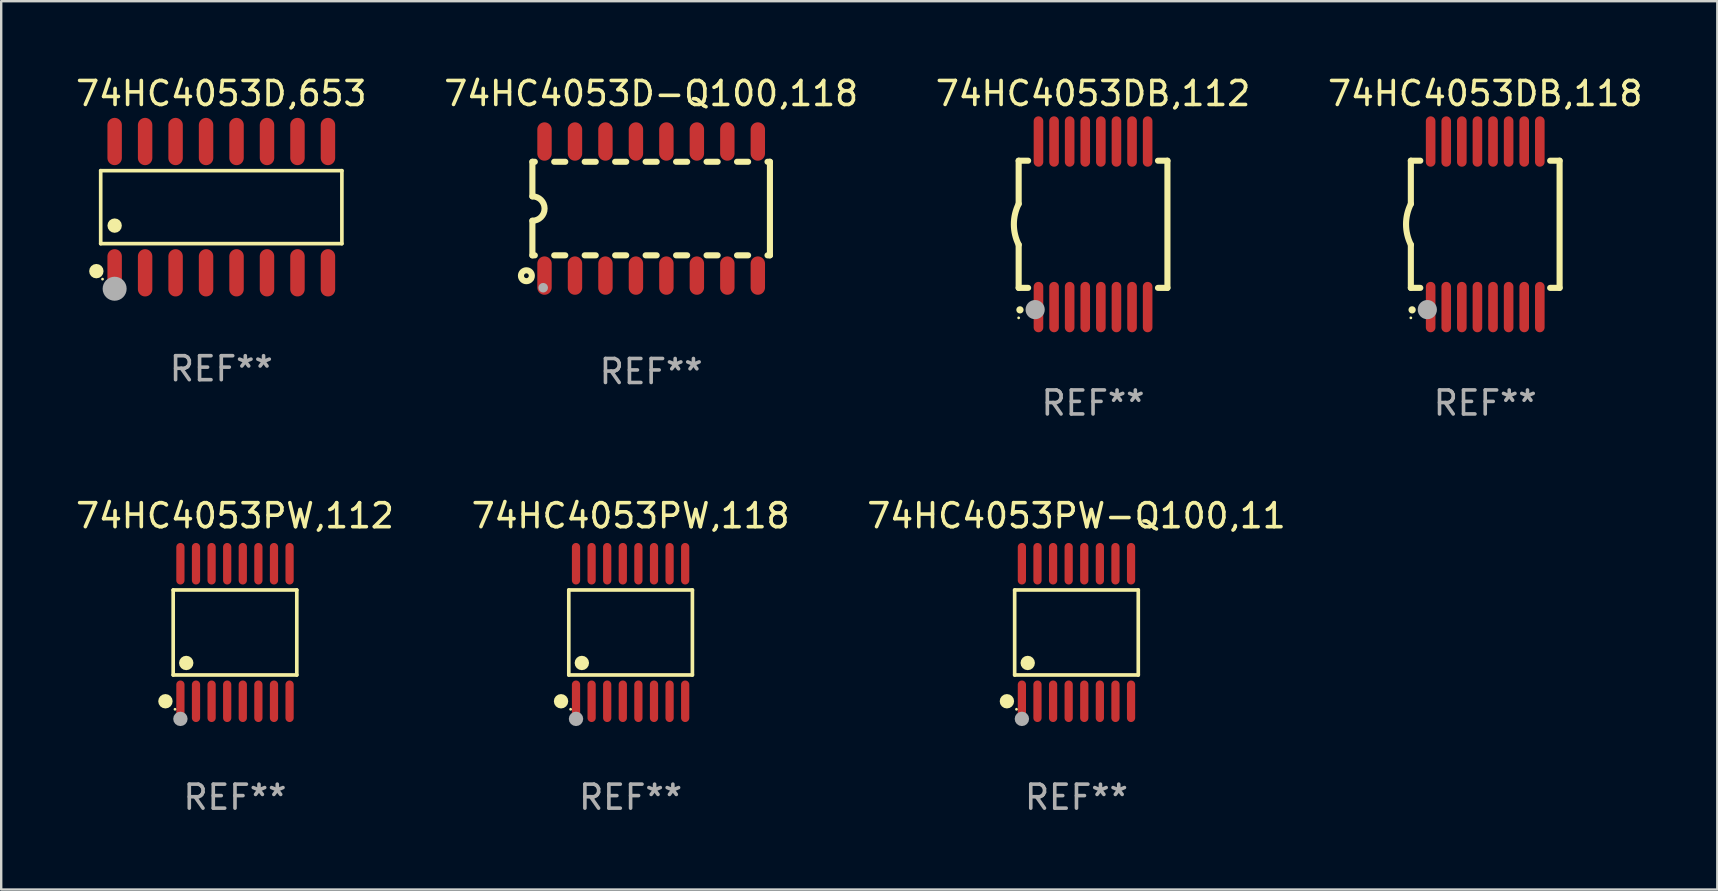
<source format=kicad_pcb>
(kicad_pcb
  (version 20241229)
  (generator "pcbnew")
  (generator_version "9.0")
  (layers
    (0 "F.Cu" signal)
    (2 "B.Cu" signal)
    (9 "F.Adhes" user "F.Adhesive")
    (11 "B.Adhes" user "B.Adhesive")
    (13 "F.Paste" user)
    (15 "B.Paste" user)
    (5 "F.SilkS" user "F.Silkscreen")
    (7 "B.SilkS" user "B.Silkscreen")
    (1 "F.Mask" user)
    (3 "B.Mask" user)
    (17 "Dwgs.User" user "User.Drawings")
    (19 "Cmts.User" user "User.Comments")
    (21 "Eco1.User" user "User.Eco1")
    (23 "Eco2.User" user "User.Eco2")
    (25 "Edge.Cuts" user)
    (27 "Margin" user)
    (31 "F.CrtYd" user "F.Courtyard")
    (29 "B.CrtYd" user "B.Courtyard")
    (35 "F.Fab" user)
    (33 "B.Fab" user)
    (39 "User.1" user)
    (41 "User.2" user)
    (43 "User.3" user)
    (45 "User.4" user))
  (footprint "74HC4053PW-Q100,11"
    (layer "F.Cu")
    (at 41.815 23.311)
    (property "Reference" "74HC4053PW-Q100,11" (at 0 -4.866 0) (layer "F.SilkS") (effects (font (size 1 1) (thickness 0.15))))
    (attr through_hole)
    (fp_line (start -2.576 -1.772) (end 2.576 -1.772) (stroke (width 0.152) (type solid)) (layer "F.SilkS"))
    (fp_line (start -2.576 1.771) (end -2.576 -1.772) (stroke (width 0.152) (type solid)) (layer "F.SilkS"))
    (fp_line (start 2.576 -1.772) (end 2.576 1.771) (stroke (width 0.152) (type solid)) (layer "F.SilkS"))
    (fp_line (start 2.576 1.771) (end -2.576 1.771) (stroke (width 0.152) (type solid)) (layer "F.SilkS"))
    (fp_circle (center -2.899 2.866) (end -2.749 2.866) (stroke (width 0.3) (type solid)) (fill no) (layer "F.SilkS"))
    (fp_circle (center -2.5 3.2) (end -2.47 3.2) (stroke (width 0.06) (type solid)) (fill no) (layer "F.SilkS"))
    (fp_circle (center -2.032 1.27) (end -1.882 1.27) (stroke (width 0.3) (type solid)) (fill no) (layer "F.SilkS"))
    (fp_circle (center -2.275 3.6) (end -2.125 3.6) (stroke (width 0.3) (type solid)) (fill no) (layer "F.Fab"))
    (fp_text user "REF**" (at 0 6.866 0) (layer "F.Fab") (effects (font (size 1 1) (thickness 0.15))))
    (pad "1" smd oval (at -2.275 2.866) (size 0.343 1.731) (layers "F.Cu" "F.Mask" "F.Paste"))
    (pad "2" smd oval (at -1.625 2.866) (size 0.343 1.731) (layers "F.Cu" "F.Mask" "F.Paste"))
    (pad "3" smd oval (at -0.975 2.866) (size 0.343 1.731) (layers "F.Cu" "F.Mask" "F.Paste"))
    (pad "4" smd oval (at -0.325 2.866) (size 0.343 1.731) (layers "F.Cu" "F.Mask" "F.Paste"))
    (pad "5" smd oval (at 0.325 2.866) (size 0.343 1.731) (layers "F.Cu" "F.Mask" "F.Paste"))
    (pad "6" smd oval (at 0.975 2.866) (size 0.343 1.731) (layers "F.Cu" "F.Mask" "F.Paste"))
    (pad "7" smd oval (at 1.625 2.866) (size 0.343 1.731) (layers "F.Cu" "F.Mask" "F.Paste"))
    (pad "8" smd oval (at 2.275 2.866) (size 0.343 1.731) (layers "F.Cu" "F.Mask" "F.Paste"))
    (pad "9" smd oval (at 2.275 -2.866) (size 0.343 1.731) (layers "F.Cu" "F.Mask" "F.Paste"))
    (pad "10" smd oval (at 1.625 -2.866) (size 0.343 1.731) (layers "F.Cu" "F.Mask" "F.Paste"))
    (pad "11" smd oval (at 0.975 -2.866) (size 0.343 1.731) (layers "F.Cu" "F.Mask" "F.Paste"))
    (pad "12" smd oval (at 0.325 -2.866) (size 0.343 1.731) (layers "F.Cu" "F.Mask" "F.Paste"))
    (pad "13" smd oval (at -0.325 -2.866) (size 0.343 1.731) (layers "F.Cu" "F.Mask" "F.Paste"))
    (pad "14" smd oval (at -0.975 -2.866) (size 0.343 1.731) (layers "F.Cu" "F.Mask" "F.Paste"))
    (pad "15" smd oval (at -1.625 -2.866) (size 0.343 1.731) (layers "F.Cu" "F.Mask" "F.Paste"))
    (pad "16" smd oval (at -2.275 -2.866) (size 0.343 1.731) (layers "F.Cu" "F.Mask" "F.Paste")))
  (footprint "74HC4053D,653"
    (layer "F.Cu")
    (at 6.173 5.584)
    (property "Reference" "74HC4053D,653" (at 0 -4.736 0) (layer "F.SilkS") (effects (font (size 1 1) (thickness 0.15))))
    (attr through_hole)
    (fp_line (start -5.026 -1.521) (end 5.026 -1.521) (stroke (width 0.152) (type solid)) (layer "F.SilkS"))
    (fp_line (start -5.026 1.521) (end -5.026 -1.521) (stroke (width 0.152) (type solid)) (layer "F.SilkS"))
    (fp_line (start 5.026 -1.521) (end 5.026 1.521) (stroke (width 0.152) (type solid)) (layer "F.SilkS"))
    (fp_line (start 5.026 1.521) (end -5.026 1.521) (stroke (width 0.152) (type solid)) (layer "F.SilkS"))
    (fp_circle (center -5.207 2.667) (end -5.057 2.667) (stroke (width 0.3) (type solid)) (fill no) (layer "F.SilkS"))
    (fp_circle (center -4.95 3) (end -4.92 3) (stroke (width 0.06) (type solid)) (fill no) (layer "F.SilkS"))
    (fp_circle (center -4.445 0.769) (end -4.295 0.769) (stroke (width 0.3) (type solid)) (fill no) (layer "F.SilkS"))
    (fp_circle (center -4.445 3.4) (end -4.195 3.4) (stroke (width 0.5) (type solid)) (fill no) (layer "F.Fab"))
    (fp_text user "REF**" (at 0 6.736 0) (layer "F.Fab") (effects (font (size 1 1) (thickness 0.15))))
    (pad "1" smd oval (at -4.445 2.736) (size 0.602 1.971) (layers "F.Cu" "F.Mask" "F.Paste"))
    (pad "2" smd oval (at -3.175 2.736) (size 0.602 1.971) (layers "F.Cu" "F.Mask" "F.Paste"))
    (pad "3" smd oval (at -1.905 2.736) (size 0.602 1.971) (layers "F.Cu" "F.Mask" "F.Paste"))
    (pad "4" smd oval (at -0.635 2.736) (size 0.602 1.971) (layers "F.Cu" "F.Mask" "F.Paste"))
    (pad "5" smd oval (at 0.635 2.736) (size 0.602 1.971) (layers "F.Cu" "F.Mask" "F.Paste"))
    (pad "6" smd oval (at 1.905 2.736) (size 0.602 1.971) (layers "F.Cu" "F.Mask" "F.Paste"))
    (pad "7" smd oval (at 3.175 2.736) (size 0.602 1.971) (layers "F.Cu" "F.Mask" "F.Paste"))
    (pad "8" smd oval (at 4.445 2.736) (size 0.602 1.971) (layers "F.Cu" "F.Mask" "F.Paste"))
    (pad "9" smd oval (at 4.445 -2.736) (size 0.602 1.971) (layers "F.Cu" "F.Mask" "F.Paste"))
    (pad "10" smd oval (at 3.175 -2.736) (size 0.602 1.971) (layers "F.Cu" "F.Mask" "F.Paste"))
    (pad "11" smd oval (at 1.905 -2.736) (size 0.602 1.971) (layers "F.Cu" "F.Mask" "F.Paste"))
    (pad "12" smd oval (at 0.635 -2.736) (size 0.602 1.971) (layers "F.Cu" "F.Mask" "F.Paste"))
    (pad "13" smd oval (at -0.635 -2.736) (size 0.602 1.971) (layers "F.Cu" "F.Mask" "F.Paste"))
    (pad "14" smd oval (at -1.905 -2.736) (size 0.602 1.971) (layers "F.Cu" "F.Mask" "F.Paste"))
    (pad "15" smd oval (at -3.175 -2.736) (size 0.602 1.971) (layers "F.Cu" "F.Mask" "F.Paste"))
    (pad "16" smd oval (at -4.445 -2.736) (size 0.602 1.971) (layers "F.Cu" "F.Mask" "F.Paste")))
  (footprint "74HC4053PW,112"
    (layer "F.Cu")
    (at 6.744 23.311)
    (property "Reference" "74HC4053PW,112" (at 0 -4.866 0) (layer "F.SilkS") (effects (font (size 1 1) (thickness 0.15))))
    (attr through_hole)
    (fp_line (start -2.576 -1.772) (end 2.576 -1.772) (stroke (width 0.152) (type solid)) (layer "F.SilkS"))
    (fp_line (start -2.576 1.771) (end -2.576 -1.772) (stroke (width 0.152) (type solid)) (layer "F.SilkS"))
    (fp_line (start 2.576 -1.772) (end 2.576 1.771) (stroke (width 0.152) (type solid)) (layer "F.SilkS"))
    (fp_line (start 2.576 1.771) (end -2.576 1.771) (stroke (width 0.152) (type solid)) (layer "F.SilkS"))
    (fp_circle (center -2.899 2.866) (end -2.749 2.866) (stroke (width 0.3) (type solid)) (fill no) (layer "F.SilkS"))
    (fp_circle (center -2.5 3.2) (end -2.47 3.2) (stroke (width 0.06) (type solid)) (fill no) (layer "F.SilkS"))
    (fp_circle (center -2.032 1.27) (end -1.882 1.27) (stroke (width 0.3) (type solid)) (fill no) (layer "F.SilkS"))
    (fp_circle (center -2.275 3.6) (end -2.125 3.6) (stroke (width 0.3) (type solid)) (fill no) (layer "F.Fab"))
    (fp_text user "REF**" (at 0 6.866 0) (layer "F.Fab") (effects (font (size 1 1) (thickness 0.15))))
    (pad "1" smd oval (at -2.275 2.866) (size 0.343 1.731) (layers "F.Cu" "F.Mask" "F.Paste"))
    (pad "2" smd oval (at -1.625 2.866) (size 0.343 1.731) (layers "F.Cu" "F.Mask" "F.Paste"))
    (pad "3" smd oval (at -0.975 2.866) (size 0.343 1.731) (layers "F.Cu" "F.Mask" "F.Paste"))
    (pad "4" smd oval (at -0.325 2.866) (size 0.343 1.731) (layers "F.Cu" "F.Mask" "F.Paste"))
    (pad "5" smd oval (at 0.325 2.866) (size 0.343 1.731) (layers "F.Cu" "F.Mask" "F.Paste"))
    (pad "6" smd oval (at 0.975 2.866) (size 0.343 1.731) (layers "F.Cu" "F.Mask" "F.Paste"))
    (pad "7" smd oval (at 1.625 2.866) (size 0.343 1.731) (layers "F.Cu" "F.Mask" "F.Paste"))
    (pad "8" smd oval (at 2.275 2.866) (size 0.343 1.731) (layers "F.Cu" "F.Mask" "F.Paste"))
    (pad "9" smd oval (at 2.275 -2.866) (size 0.343 1.731) (layers "F.Cu" "F.Mask" "F.Paste"))
    (pad "10" smd oval (at 1.625 -2.866) (size 0.343 1.731) (layers "F.Cu" "F.Mask" "F.Paste"))
    (pad "11" smd oval (at 0.975 -2.866) (size 0.343 1.731) (layers "F.Cu" "F.Mask" "F.Paste"))
    (pad "12" smd oval (at 0.325 -2.866) (size 0.343 1.731) (layers "F.Cu" "F.Mask" "F.Paste"))
    (pad "13" smd oval (at -0.325 -2.866) (size 0.343 1.731) (layers "F.Cu" "F.Mask" "F.Paste"))
    (pad "14" smd oval (at -0.975 -2.866) (size 0.343 1.731) (layers "F.Cu" "F.Mask" "F.Paste"))
    (pad "15" smd oval (at -1.625 -2.866) (size 0.343 1.731) (layers "F.Cu" "F.Mask" "F.Paste"))
    (pad "16" smd oval (at -2.275 -2.866) (size 0.343 1.731) (layers "F.Cu" "F.Mask" "F.Paste")))
  (footprint "74HC4053PW,118"
    (layer "F.Cu")
    (at 23.232 23.311)
    (property "Reference" "74HC4053PW,118" (at 0 -4.866 0) (layer "F.SilkS") (effects (font (size 1 1) (thickness 0.15))))
    (attr through_hole)
    (fp_line (start -2.576 -1.772) (end 2.576 -1.772) (stroke (width 0.152) (type solid)) (layer "F.SilkS"))
    (fp_line (start -2.576 1.771) (end -2.576 -1.772) (stroke (width 0.152) (type solid)) (layer "F.SilkS"))
    (fp_line (start 2.576 -1.772) (end 2.576 1.771) (stroke (width 0.152) (type solid)) (layer "F.SilkS"))
    (fp_line (start 2.576 1.771) (end -2.576 1.771) (stroke (width 0.152) (type solid)) (layer "F.SilkS"))
    (fp_circle (center -2.899 2.866) (end -2.749 2.866) (stroke (width 0.3) (type solid)) (fill no) (layer "F.SilkS"))
    (fp_circle (center -2.5 3.2) (end -2.47 3.2) (stroke (width 0.06) (type solid)) (fill no) (layer "F.SilkS"))
    (fp_circle (center -2.032 1.27) (end -1.882 1.27) (stroke (width 0.3) (type solid)) (fill no) (layer "F.SilkS"))
    (fp_circle (center -2.275 3.6) (end -2.125 3.6) (stroke (width 0.3) (type solid)) (fill no) (layer "F.Fab"))
    (fp_text user "REF**" (at 0 6.866 0) (layer "F.Fab") (effects (font (size 1 1) (thickness 0.15))))
    (pad "1" smd oval (at -2.275 2.866) (size 0.343 1.731) (layers "F.Cu" "F.Mask" "F.Paste"))
    (pad "2" smd oval (at -1.625 2.866) (size 0.343 1.731) (layers "F.Cu" "F.Mask" "F.Paste"))
    (pad "3" smd oval (at -0.975 2.866) (size 0.343 1.731) (layers "F.Cu" "F.Mask" "F.Paste"))
    (pad "4" smd oval (at -0.325 2.866) (size 0.343 1.731) (layers "F.Cu" "F.Mask" "F.Paste"))
    (pad "5" smd oval (at 0.325 2.866) (size 0.343 1.731) (layers "F.Cu" "F.Mask" "F.Paste"))
    (pad "6" smd oval (at 0.975 2.866) (size 0.343 1.731) (layers "F.Cu" "F.Mask" "F.Paste"))
    (pad "7" smd oval (at 1.625 2.866) (size 0.343 1.731) (layers "F.Cu" "F.Mask" "F.Paste"))
    (pad "8" smd oval (at 2.275 2.866) (size 0.343 1.731) (layers "F.Cu" "F.Mask" "F.Paste"))
    (pad "9" smd oval (at 2.275 -2.866) (size 0.343 1.731) (layers "F.Cu" "F.Mask" "F.Paste"))
    (pad "10" smd oval (at 1.625 -2.866) (size 0.343 1.731) (layers "F.Cu" "F.Mask" "F.Paste"))
    (pad "11" smd oval (at 0.975 -2.866) (size 0.343 1.731) (layers "F.Cu" "F.Mask" "F.Paste"))
    (pad "12" smd oval (at 0.325 -2.866) (size 0.343 1.731) (layers "F.Cu" "F.Mask" "F.Paste"))
    (pad "13" smd oval (at -0.325 -2.866) (size 0.343 1.731) (layers "F.Cu" "F.Mask" "F.Paste"))
    (pad "14" smd oval (at -0.975 -2.866) (size 0.343 1.731) (layers "F.Cu" "F.Mask" "F.Paste"))
    (pad "15" smd oval (at -1.625 -2.866) (size 0.343 1.731) (layers "F.Cu" "F.Mask" "F.Paste"))
    (pad "16" smd oval (at -2.275 -2.866) (size 0.343 1.731) (layers "F.Cu" "F.Mask" "F.Paste")))
  (footprint "74HC4053DB,118"
    (layer "F.Cu")
    (at 58.851 6.298)
    (property "Reference" "74HC4053DB,118" (at 0 -5.45 0) (layer "F.SilkS") (effects (font (size 1 1) (thickness 0.15))))
    (attr through_hole)
    (fp_line (start -3.1 -2.65) (end -3.1 -0.85) (stroke (width 0.254) (type solid)) (layer "F.SilkS"))
    (fp_line (start -3.1 -2.65) (end -2.706 -2.65) (stroke (width 0.254) (type solid)) (layer "F.SilkS"))
    (fp_line (start -3.1 2.65) (end -3.1 0.85) (stroke (width 0.254) (type solid)) (layer "F.SilkS"))
    (fp_line (start -3.1 2.65) (end -2.706 2.65) (stroke (width 0.254) (type solid)) (layer "F.SilkS"))
    (fp_line (start 2.706 -2.65) (end 3.1 -2.65) (stroke (width 0.254) (type solid)) (layer "F.SilkS"))
    (fp_line (start 2.706 2.65) (end 3.1 2.65) (stroke (width 0.254) (type solid)) (layer "F.SilkS"))
    (fp_line (start 3.1 -2.65) (end 3.1 2.65) (stroke (width 0.254) (type solid)) (layer "F.SilkS"))
    (fp_arc (start -3.098907 0.850902) (mid -3.300057 0.000523) (end -3.1 -0.850114) (stroke (width 0.254001) (type solid)) (layer "F.SilkS"))
    (fp_arc (start -3.048006 3.566066) (mid -3.046736 3.566061) (end -3.045466 3.566066) (stroke (width 0.3) (type solid)) (layer "F.SilkS"))
    (fp_circle (center -3.1 3.9) (end -3.07 3.9) (stroke (width 0.06) (type solid)) (fill no) (layer "F.SilkS"))
    (fp_circle (center -2.413 3.556) (end -2.213 3.556) (stroke (width 0.4) (type solid)) (fill no) (layer "F.Fab"))
    (fp_text user "REF**" (at 0 7.45 0) (layer "F.Fab") (effects (font (size 1 1) (thickness 0.15))))
    (pad "1" smd oval (at -2.275 3.45 180) (size 0.4 2.1) (layers "F.Cu" "F.Mask" "F.Paste"))
    (pad "2" smd oval (at -1.625 3.45 180) (size 0.4 2.1) (layers "F.Cu" "F.Mask" "F.Paste"))
    (pad "3" smd oval (at -0.975 3.45 180) (size 0.4 2.1) (layers "F.Cu" "F.Mask" "F.Paste"))
    (pad "4" smd oval (at -0.325 3.45 180) (size 0.4 2.1) (layers "F.Cu" "F.Mask" "F.Paste"))
    (pad "5" smd oval (at 0.325 3.45 180) (size 0.4 2.1) (layers "F.Cu" "F.Mask" "F.Paste"))
    (pad "6" smd oval (at 0.975 3.45 180) (size 0.4 2.1) (layers "F.Cu" "F.Mask" "F.Paste"))
    (pad "7" smd oval (at 1.625 3.45 180) (size 0.4 2.1) (layers "F.Cu" "F.Mask" "F.Paste"))
    (pad "8" smd oval (at 2.275 3.45 180) (size 0.4 2.1) (layers "F.Cu" "F.Mask" "F.Paste"))
    (pad "9" smd oval (at 2.275 -3.45 180) (size 0.4 2.1) (layers "F.Cu" "F.Mask" "F.Paste"))
    (pad "10" smd oval (at 1.625 -3.45 180) (size 0.4 2.1) (layers "F.Cu" "F.Mask" "F.Paste"))
    (pad "11" smd oval (at 0.975 -3.45 180) (size 0.4 2.1) (layers "F.Cu" "F.Mask" "F.Paste"))
    (pad "12" smd oval (at 0.325 -3.45 180) (size 0.4 2.1) (layers "F.Cu" "F.Mask" "F.Paste"))
    (pad "13" smd oval (at -0.325 -3.45 180) (size 0.4 2.1) (layers "F.Cu" "F.Mask" "F.Paste"))
    (pad "14" smd oval (at -0.975 -3.45 180) (size 0.4 2.1) (layers "F.Cu" "F.Mask" "F.Paste"))
    (pad "15" smd oval (at -1.625 -3.45 180) (size 0.4 2.1) (layers "F.Cu" "F.Mask" "F.Paste"))
    (pad "16" smd oval (at -2.275 -3.45 180) (size 0.4 2.1) (layers "F.Cu" "F.Mask" "F.Paste")))
  (footprint "74HC4053DB,112"
    (layer "F.Cu")
    (at 42.506 6.298)
    (property "Reference" "74HC4053DB,112" (at 0 -5.45 0) (layer "F.SilkS") (effects (font (size 1 1) (thickness 0.15))))
    (attr through_hole)
    (fp_line (start -3.1 -2.65) (end -3.1 -0.85) (stroke (width 0.254) (type solid)) (layer "F.SilkS"))
    (fp_line (start -3.1 -2.65) (end -2.706 -2.65) (stroke (width 0.254) (type solid)) (layer "F.SilkS"))
    (fp_line (start -3.1 2.65) (end -3.1 0.85) (stroke (width 0.254) (type solid)) (layer "F.SilkS"))
    (fp_line (start -3.1 2.65) (end -2.706 2.65) (stroke (width 0.254) (type solid)) (layer "F.SilkS"))
    (fp_line (start 2.706 -2.65) (end 3.1 -2.65) (stroke (width 0.254) (type solid)) (layer "F.SilkS"))
    (fp_line (start 2.706 2.65) (end 3.1 2.65) (stroke (width 0.254) (type solid)) (layer "F.SilkS"))
    (fp_line (start 3.1 -2.65) (end 3.1 2.65) (stroke (width 0.254) (type solid)) (layer "F.SilkS"))
    (fp_arc (start -3.098907 0.850902) (mid -3.300057 0.000523) (end -3.1 -0.850114) (stroke (width 0.254001) (type solid)) (layer "F.SilkS"))
    (fp_arc (start -3.048006 3.566066) (mid -3.046736 3.566061) (end -3.045466 3.566066) (stroke (width 0.3) (type solid)) (layer "F.SilkS"))
    (fp_circle (center -3.1 3.9) (end -3.07 3.9) (stroke (width 0.06) (type solid)) (fill no) (layer "F.SilkS"))
    (fp_circle (center -2.413 3.556) (end -2.213 3.556) (stroke (width 0.4) (type solid)) (fill no) (layer "F.Fab"))
    (fp_text user "REF**" (at 0 7.45 0) (layer "F.Fab") (effects (font (size 1 1) (thickness 0.15))))
    (pad "1" smd oval (at -2.275 3.45 180) (size 0.4 2.1) (layers "F.Cu" "F.Mask" "F.Paste"))
    (pad "2" smd oval (at -1.625 3.45 180) (size 0.4 2.1) (layers "F.Cu" "F.Mask" "F.Paste"))
    (pad "3" smd oval (at -0.975 3.45 180) (size 0.4 2.1) (layers "F.Cu" "F.Mask" "F.Paste"))
    (pad "4" smd oval (at -0.325 3.45 180) (size 0.4 2.1) (layers "F.Cu" "F.Mask" "F.Paste"))
    (pad "5" smd oval (at 0.325 3.45 180) (size 0.4 2.1) (layers "F.Cu" "F.Mask" "F.Paste"))
    (pad "6" smd oval (at 0.975 3.45 180) (size 0.4 2.1) (layers "F.Cu" "F.Mask" "F.Paste"))
    (pad "7" smd oval (at 1.625 3.45 180) (size 0.4 2.1) (layers "F.Cu" "F.Mask" "F.Paste"))
    (pad "8" smd oval (at 2.275 3.45 180) (size 0.4 2.1) (layers "F.Cu" "F.Mask" "F.Paste"))
    (pad "9" smd oval (at 2.275 -3.45 180) (size 0.4 2.1) (layers "F.Cu" "F.Mask" "F.Paste"))
    (pad "10" smd oval (at 1.625 -3.45 180) (size 0.4 2.1) (layers "F.Cu" "F.Mask" "F.Paste"))
    (pad "11" smd oval (at 0.975 -3.45 180) (size 0.4 2.1) (layers "F.Cu" "F.Mask" "F.Paste"))
    (pad "12" smd oval (at 0.325 -3.45 180) (size 0.4 2.1) (layers "F.Cu" "F.Mask" "F.Paste"))
    (pad "13" smd oval (at -0.325 -3.45 180) (size 0.4 2.1) (layers "F.Cu" "F.Mask" "F.Paste"))
    (pad "14" smd oval (at -0.975 -3.45 180) (size 0.4 2.1) (layers "F.Cu" "F.Mask" "F.Paste"))
    (pad "15" smd oval (at -1.625 -3.45 180) (size 0.4 2.1) (layers "F.Cu" "F.Mask" "F.Paste"))
    (pad "16" smd oval (at -2.275 -3.45 180) (size 0.4 2.1) (layers "F.Cu" "F.Mask" "F.Paste")))
  (footprint "74HC4053D-Q100,118"
    (layer "F.Cu")
    (at 24.089 5.642)
    (property "Reference" "74HC4053D-Q100,118" (at 0 -4.794 0) (layer "F.SilkS") (effects (font (size 1 1) (thickness 0.15))))
    (attr through_hole)
    (fp_line (start -4.95 -1.95) (end -4.95 -0.508) (stroke (width 0.254) (type solid)) (layer "F.SilkS"))
    (fp_line (start -4.95 -1.95) (end -4.849 -1.95) (stroke (width 0.254) (type solid)) (layer "F.SilkS"))
    (fp_line (start -4.95 1.95) (end -4.95 0.508) (stroke (width 0.254) (type solid)) (layer "F.SilkS"))
    (fp_line (start -4.95 1.95) (end -4.849 1.95) (stroke (width 0.254) (type solid)) (layer "F.SilkS"))
    (fp_line (start -4.041 -1.95) (end -3.579 -1.95) (stroke (width 0.254) (type solid)) (layer "F.SilkS"))
    (fp_line (start -4.041 1.95) (end -3.579 1.95) (stroke (width 0.254) (type solid)) (layer "F.SilkS"))
    (fp_line (start -2.771 -1.95) (end -2.309 -1.95) (stroke (width 0.254) (type solid)) (layer "F.SilkS"))
    (fp_line (start -2.771 1.95) (end -2.309 1.95) (stroke (width 0.254) (type solid)) (layer "F.SilkS"))
    (fp_line (start -1.501 -1.95) (end -1.039 -1.95) (stroke (width 0.254) (type solid)) (layer "F.SilkS"))
    (fp_line (start -1.501 1.95) (end -1.039 1.95) (stroke (width 0.254) (type solid)) (layer "F.SilkS"))
    (fp_line (start -0.231 -1.95) (end 0.231 -1.95) (stroke (width 0.254) (type solid)) (layer "F.SilkS"))
    (fp_line (start -0.231 1.95) (end 0.231 1.95) (stroke (width 0.254) (type solid)) (layer "F.SilkS"))
    (fp_line (start 1.039 -1.95) (end 1.501 -1.95) (stroke (width 0.254) (type solid)) (layer "F.SilkS"))
    (fp_line (start 1.039 1.95) (end 1.501 1.95) (stroke (width 0.254) (type solid)) (layer "F.SilkS"))
    (fp_line (start 2.309 -1.95) (end 2.771 -1.95) (stroke (width 0.254) (type solid)) (layer "F.SilkS"))
    (fp_line (start 2.309 1.95) (end 2.771 1.95) (stroke (width 0.254) (type solid)) (layer "F.SilkS"))
    (fp_line (start 3.579 -1.95) (end 4.041 -1.95) (stroke (width 0.254) (type solid)) (layer "F.SilkS"))
    (fp_line (start 3.579 1.95) (end 4.041 1.95) (stroke (width 0.254) (type solid)) (layer "F.SilkS"))
    (fp_line (start 4.849 -1.95) (end 4.95 -1.95) (stroke (width 0.254) (type solid)) (layer "F.SilkS"))
    (fp_line (start 4.849 1.95) (end 4.95 1.95) (stroke (width 0.254) (type solid)) (layer "F.SilkS"))
    (fp_line (start 4.95 -1.95) (end 4.95 1.95) (stroke (width 0.254) (type solid)) (layer "F.SilkS"))
    (fp_arc (start -4.95047 -0.508001) (mid -4.442469 -0.000228) (end -4.950013 0.508001) (stroke (width 0.254001) (type solid)) (layer "F.SilkS"))
    (fp_circle (center -5.2 2.8) (end -5.1 2.8) (stroke (width 0.254) (type solid)) (fill no) (layer "F.SilkS"))
    (fp_circle (center -4.95 2.947) (end -4.92 2.947) (stroke (width 0.06) (type solid)) (fill no) (layer "F.SilkS"))
    (fp_circle (center -4.5 3.3) (end -4.4 3.3) (stroke (width 0.2) (type solid)) (fill no) (layer "F.Fab"))
    (fp_text user "REF**" (at 0 6.794 0) (layer "F.Fab") (effects (font (size 1 1) (thickness 0.15))))
    (pad "1" smd oval (at -4.445 2.794) (size 0.6 1.6) (layers "F.Cu" "F.Mask" "F.Paste"))
    (pad "2" smd oval (at -3.175 2.794) (size 0.6 1.6) (layers "F.Cu" "F.Mask" "F.Paste"))
    (pad "3" smd oval (at -1.905 2.794) (size 0.6 1.6) (layers "F.Cu" "F.Mask" "F.Paste"))
    (pad "4" smd oval (at -0.635 2.794) (size 0.6 1.6) (layers "F.Cu" "F.Mask" "F.Paste"))
    (pad "5" smd oval (at 0.635 2.794) (size 0.6 1.6) (layers "F.Cu" "F.Mask" "F.Paste"))
    (pad "6" smd oval (at 1.905 2.794) (size 0.6 1.6) (layers "F.Cu" "F.Mask" "F.Paste"))
    (pad "7" smd oval (at 3.175 2.794) (size 0.6 1.6) (layers "F.Cu" "F.Mask" "F.Paste"))
    (pad "8" smd oval (at 4.445 2.794) (size 0.6 1.6) (layers "F.Cu" "F.Mask" "F.Paste"))
    (pad "9" smd oval (at 4.445 -2.794) (size 0.6 1.6) (layers "F.Cu" "F.Mask" "F.Paste"))
    (pad "10" smd oval (at 3.175 -2.794) (size 0.6 1.6) (layers "F.Cu" "F.Mask" "F.Paste"))
    (pad "11" smd oval (at 1.905 -2.794) (size 0.6 1.6) (layers "F.Cu" "F.Mask" "F.Paste"))
    (pad "12" smd oval (at 0.635 -2.794) (size 0.6 1.6) (layers "F.Cu" "F.Mask" "F.Paste"))
    (pad "13" smd oval (at -0.635 -2.794) (size 0.6 1.6) (layers "F.Cu" "F.Mask" "F.Paste"))
    (pad "14" smd oval (at -1.905 -2.794) (size 0.6 1.6) (layers "F.Cu" "F.Mask" "F.Paste"))
    (pad "15" smd oval (at -3.175 -2.794) (size 0.6 1.6) (layers "F.Cu" "F.Mask" "F.Paste"))
    (pad "16" smd oval (at -4.445 -2.794) (size 0.6 1.6) (layers "F.Cu" "F.Mask" "F.Paste")))
  (gr_rect
    (start -3 -3)
    (end 68.524 34.025)
    (stroke (width 0.1) (type default))
    (fill no)
    (layer "Edge.Cuts")))
</source>
